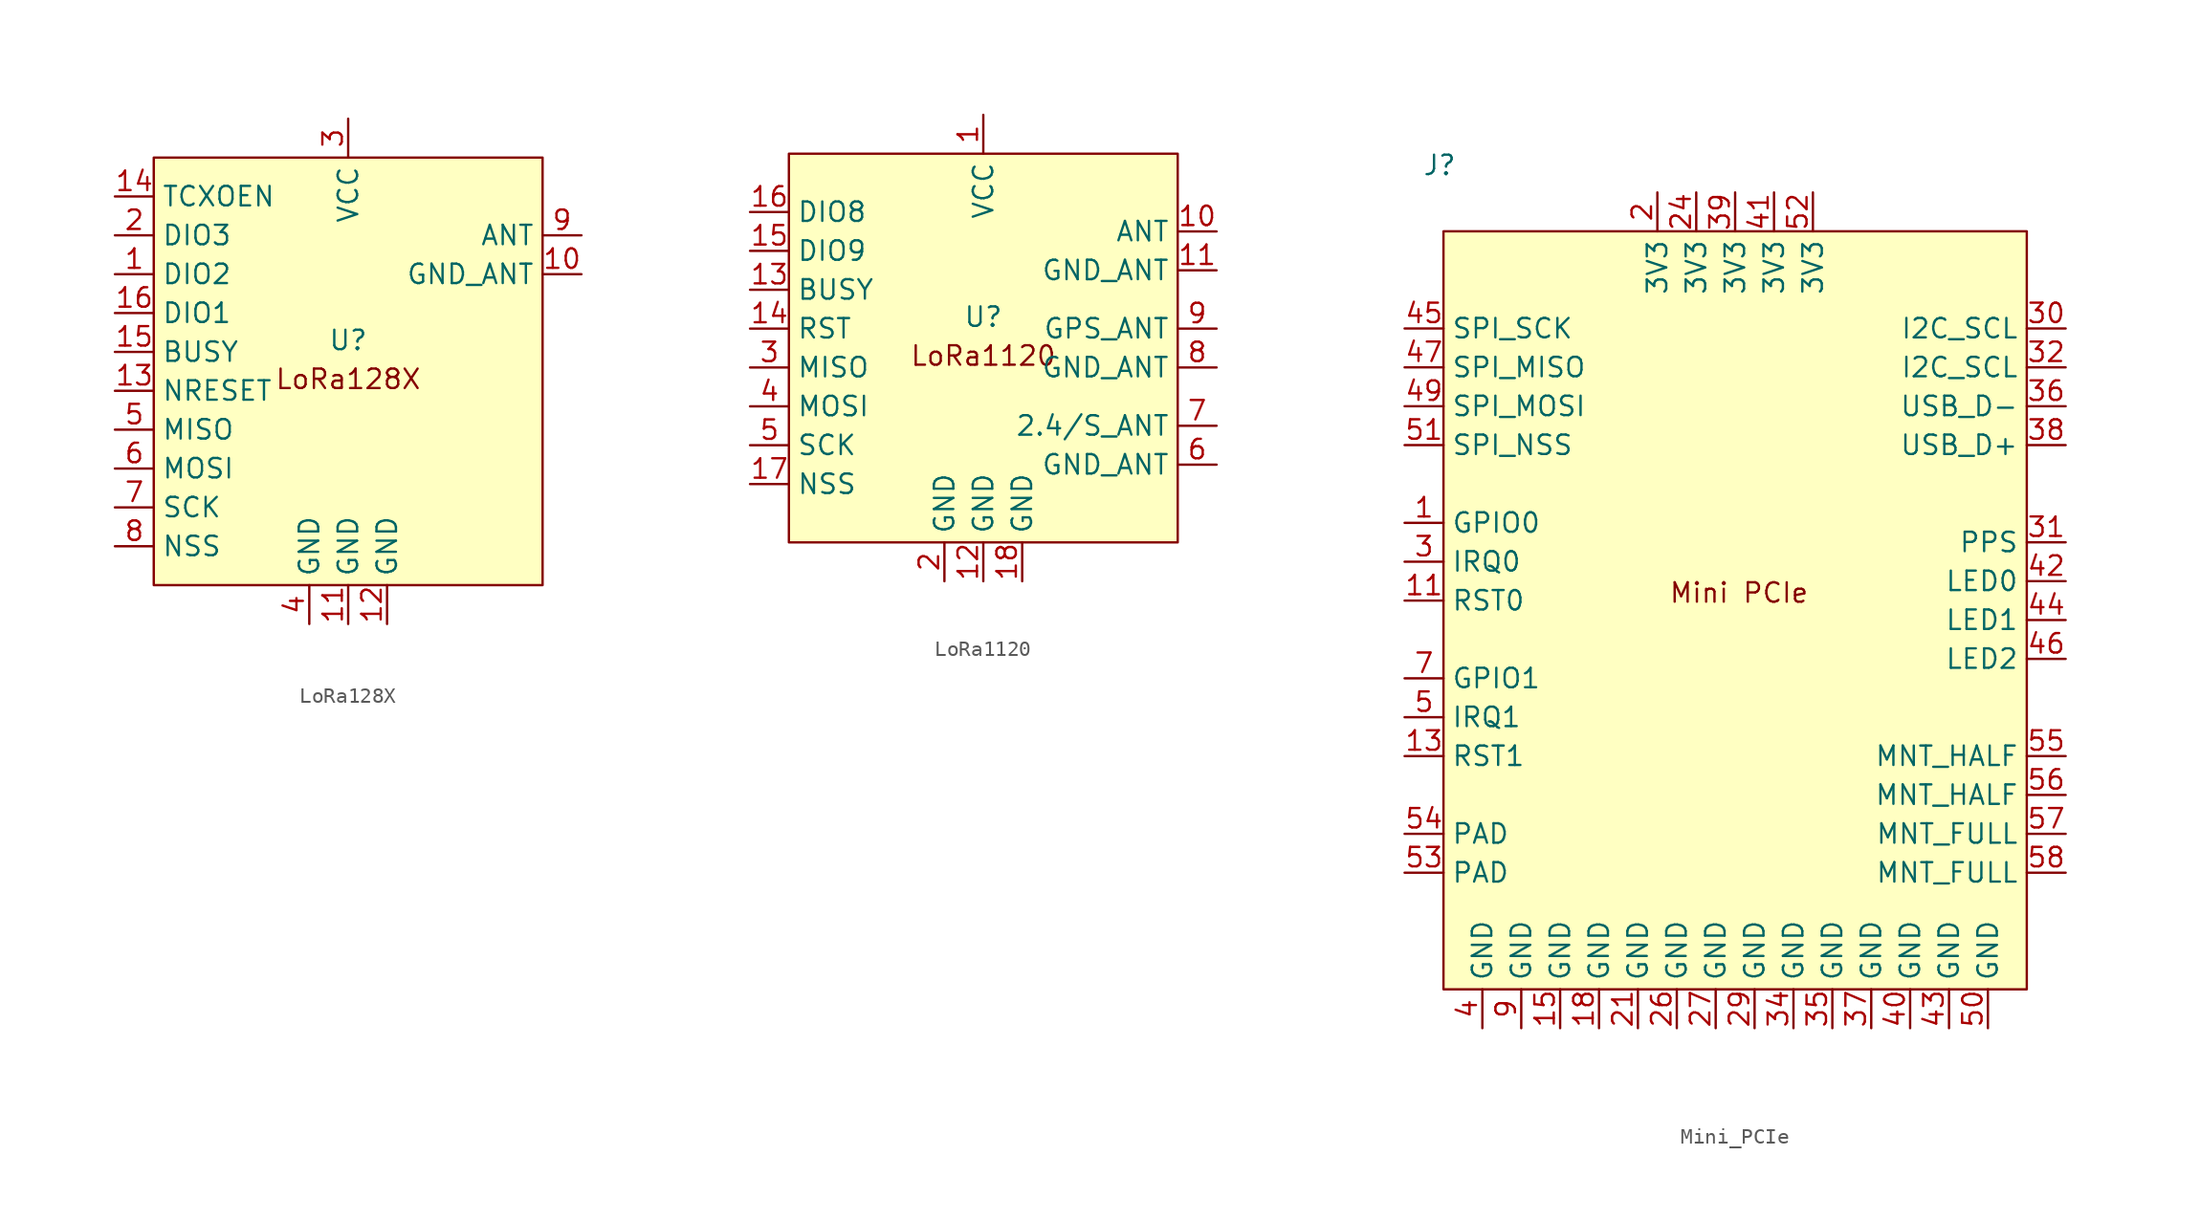
<source format=kicad_sym>
(kicad_symbol_lib
  (version 20241209)
  (generator "kicad_symbol_editor")
  (generator_version "9.0")
  (symbol "LoRa128X"
    (property "Reference" "U"
      (at 0 2.032 0)
      (effects (font (size 1.27 1.27))))
    (property "Value" ""
      (at 0 0 0)
      (effects (font (size 1.27 1.27))))
    (symbol "LoRa128X_1_1"
      (rectangle (start -12.7 13.97) (end 12.7 -13.97) (stroke (width 0) (type solid)) (fill (type background)))
      (text "LoRa128X" (at 0 -0.508 0) (effects (font (size 1.27 1.27))))
      (pin input line (at -15.24 11.43 0) (length 2.54) (name "TCXOEN" (effects (font (size 1.27 1.27)))) (number "14" (effects (font (size 1.27 1.27)))))
      (pin bidirectional line (at -15.24 8.89 0) (length 2.54) (name "DIO3" (effects (font (size 1.27 1.27)))) (number "2" (effects (font (size 1.27 1.27)))))
      (pin bidirectional line (at -15.24 6.35 0) (length 2.54) (name "DIO2" (effects (font (size 1.27 1.27)))) (number "1" (effects (font (size 1.27 1.27)))))
      (pin bidirectional line (at -15.24 3.81 0) (length 2.54) (name "DIO1" (effects (font (size 1.27 1.27)))) (number "16" (effects (font (size 1.27 1.27)))))
      (pin tri_state line (at -15.24 1.27 0) (length 2.54) (name "BUSY" (effects (font (size 1.27 1.27)))) (number "15" (effects (font (size 1.27 1.27)))))
      (pin input line (at -15.24 -1.27 0) (length 2.54) (name "NRESET" (effects (font (size 1.27 1.27)))) (number "13" (effects (font (size 1.27 1.27)))))
      (pin tri_state line (at -15.24 -3.81 0) (length 2.54) (name "MISO" (effects (font (size 1.27 1.27)))) (number "5" (effects (font (size 1.27 1.27)))))
      (pin input line (at -15.24 -6.35 0) (length 2.54) (name "MOSI" (effects (font (size 1.27 1.27)))) (number "6" (effects (font (size 1.27 1.27)))))
      (pin input line (at -15.24 -8.89 0) (length 2.54) (name "SCK" (effects (font (size 1.27 1.27)))) (number "7" (effects (font (size 1.27 1.27)))))
      (pin input line (at -15.24 -11.43 0) (length 2.54) (name "NSS" (effects (font (size 1.27 1.27)))) (number "8" (effects (font (size 1.27 1.27)))))
      (pin power_in line (at -2.54 -16.51 90) (length 2.54) (name "GND" (effects (font (size 1.27 1.27)))) (number "4" (effects (font (size 1.27 1.27)))))
      (pin power_in line (at 0 16.51 270) (length 2.54) (name "VCC" (effects (font (size 1.27 1.27)))) (number "3" (effects (font (size 1.27 1.27)))))
      (pin power_in line (at 0 -16.51 90) (length 2.54) (name "GND" (effects (font (size 1.27 1.27)))) (number "11" (effects (font (size 1.27 1.27)))))
      (pin power_in line (at 2.54 -16.51 90) (length 2.54) (name "GND" (effects (font (size 1.27 1.27)))) (number "12" (effects (font (size 1.27 1.27)))))
      (pin bidirectional line (at 15.24 8.89 180) (length 2.54) (name "ANT" (effects (font (size 1.27 1.27)))) (number "9" (effects (font (size 1.27 1.27)))))
      (pin bidirectional line (at 15.24 6.35 180) (length 2.54) (name "GND_ANT" (effects (font (size 1.27 1.27)))) (number "10" (effects (font (size 1.27 1.27)))))))
  (symbol "LoRa1120"
    (property "Reference" "U"
      (at 0 2.032 0)
      (effects (font (size 1.27 1.27))))
    (property "Value" ""
      (at 0 0 0)
      (effects (font (size 1.27 1.27))))
    (symbol "LoRa1120_1_1"
      (rectangle (start -12.7 12.7) (end 12.7 -12.7) (stroke (width 0) (type solid)) (fill (type background)))
      (text "LoRa1120" (at 0 -0.508 0) (effects (font (size 1.27 1.27))))
      (pin bidirectional line (at -15.24 8.89 0) (length 2.54) (name "DIO8" (effects (font (size 1.27 1.27)))) (number "16" (effects (font (size 1.27 1.27)))))
      (pin bidirectional line (at -15.24 6.35 0) (length 2.54) (name "DIO9" (effects (font (size 1.27 1.27)))) (number "15" (effects (font (size 1.27 1.27)))))
      (pin tri_state line (at -15.24 3.81 0) (length 2.54) (name "BUSY" (effects (font (size 1.27 1.27)))) (number "13" (effects (font (size 1.27 1.27)))))
      (pin input line (at -15.24 1.27 0) (length 2.54) (name "RST" (effects (font (size 1.27 1.27)))) (number "14" (effects (font (size 1.27 1.27)))))
      (pin tri_state line (at -15.24 -1.27 0) (length 2.54) (name "MISO" (effects (font (size 1.27 1.27)))) (number "3" (effects (font (size 1.27 1.27)))))
      (pin input line (at -15.24 -3.81 0) (length 2.54) (name "MOSI" (effects (font (size 1.27 1.27)))) (number "4" (effects (font (size 1.27 1.27)))))
      (pin input line (at -15.24 -6.35 0) (length 2.54) (name "SCK" (effects (font (size 1.27 1.27)))) (number "5" (effects (font (size 1.27 1.27)))))
      (pin input line (at -15.24 -8.89 0) (length 2.54) (name "NSS" (effects (font (size 1.27 1.27)))) (number "17" (effects (font (size 1.27 1.27)))))
      (pin power_in line (at -2.54 -15.24 90) (length 2.54) (name "GND" (effects (font (size 1.27 1.27)))) (number "2" (effects (font (size 1.27 1.27)))))
      (pin power_in line (at 0 15.24 270) (length 2.54) (name "VCC" (effects (font (size 1.27 1.27)))) (number "1" (effects (font (size 1.27 1.27)))))
      (pin power_in line (at 0 -15.24 90) (length 2.54) (name "GND" (effects (font (size 1.27 1.27)))) (number "12" (effects (font (size 1.27 1.27)))))
      (pin power_in line (at 2.54 -15.24 90) (length 2.54) (name "GND" (effects (font (size 1.27 1.27)))) (number "18" (effects (font (size 1.27 1.27)))))
      (pin bidirectional line (at 15.24 7.62 180) (length 2.54) (name "ANT" (effects (font (size 1.27 1.27)))) (number "10" (effects (font (size 1.27 1.27)))))
      (pin bidirectional line (at 15.24 5.08 180) (length 2.54) (name "GND_ANT" (effects (font (size 1.27 1.27)))) (number "11" (effects (font (size 1.27 1.27)))))
      (pin bidirectional line (at 15.24 1.27 180) (length 2.54) (name "GPS_ANT" (effects (font (size 1.27 1.27)))) (number "9" (effects (font (size 1.27 1.27)))))
      (pin bidirectional line (at 15.24 -1.27 180) (length 2.54) (name "GND_ANT" (effects (font (size 1.27 1.27)))) (number "8" (effects (font (size 1.27 1.27)))))
      (pin bidirectional line (at 15.24 -5.08 180) (length 2.54) (name "2.4/S_ANT" (effects (font (size 1.27 1.27)))) (number "7" (effects (font (size 1.27 1.27)))))
      (pin bidirectional line (at 15.24 -7.62 180) (length 2.54) (name "GND_ANT" (effects (font (size 1.27 1.27)))) (number "6" (effects (font (size 1.27 1.27)))))))
  (symbol "Mini_PCIe"
    (property "Reference" "J"
      (at -19.304 28.448 0)
      (effects (font (size 1.27 1.27))))
    (property "Value" ""
      (at 5.08 -12.7 0)
      (effects (font (size 1.27 1.27))))
    (symbol "Mini_PCIe_1_1"
      (rectangle (start -19.05 24.13) (end 19.05 -25.4) (stroke (width 0) (type solid)) (fill (type background)))
      (text "Mini PCIe" (at 0.254 0.508 0) (effects (font (size 1.27 1.27))))
      (pin bidirectional line (at -21.59 17.78 0) (length 2.54) (name "SPI_SCK" (effects (font (size 1.27 1.27)))) (number "45" (effects (font (size 1.27 1.27)))))
      (pin bidirectional line (at -21.59 15.24 0) (length 2.54) (name "SPI_MISO" (effects (font (size 1.27 1.27)))) (number "47" (effects (font (size 1.27 1.27)))))
      (pin bidirectional line (at -21.59 12.7 0) (length 2.54) (name "SPI_MOSI" (effects (font (size 1.27 1.27)))) (number "49" (effects (font (size 1.27 1.27)))))
      (pin bidirectional line (at -21.59 10.16 0) (length 2.54) (name "SPI_NSS" (effects (font (size 1.27 1.27)))) (number "51" (effects (font (size 1.27 1.27)))))
      (pin bidirectional line (at -21.59 5.08 0) (length 2.54) (name "GPIO0" (effects (font (size 1.27 1.27)))) (number "1" (effects (font (size 1.27 1.27)))))
      (pin bidirectional line (at -21.59 2.54 0) (length 2.54) (name "IRQ0" (effects (font (size 1.27 1.27)))) (number "3" (effects (font (size 1.27 1.27)))))
      (pin bidirectional line (at -21.59 0 0) (length 2.54) (name "RST0" (effects (font (size 1.27 1.27)))) (number "11" (effects (font (size 1.27 1.27)))))
      (pin bidirectional line (at -21.59 -5.08 0) (length 2.54) (name "GPIO1" (effects (font (size 1.27 1.27)))) (number "7" (effects (font (size 1.27 1.27)))))
      (pin bidirectional line (at -21.59 -7.62 0) (length 2.54) (name "IRQ1" (effects (font (size 1.27 1.27)))) (number "5" (effects (font (size 1.27 1.27)))))
      (pin bidirectional line (at -21.59 -10.16 0) (length 2.54) (name "RST1" (effects (font (size 1.27 1.27)))) (number "13" (effects (font (size 1.27 1.27)))))
      (pin free line (at -21.59 -15.24 0) (length 2.54) (name "PAD" (effects (font (size 1.27 1.27)))) (number "54" (effects (font (size 1.27 1.27)))))
      (pin free line (at -21.59 -17.78 0) (length 2.54) (name "PAD" (effects (font (size 1.27 1.27)))) (number "53" (effects (font (size 1.27 1.27)))))
      (pin power_in line (at -16.51 -27.94 90) (length 2.54) (name "GND" (effects (font (size 1.27 1.27)))) (number "4" (effects (font (size 1.27 1.27)))))
      (pin power_in line (at -13.97 -27.94 90) (length 2.54) (name "GND" (effects (font (size 1.27 1.27)))) (number "9" (effects (font (size 1.27 1.27)))))
      (pin power_in line (at -11.43 -27.94 90) (length 2.54) (name "GND" (effects (font (size 1.27 1.27)))) (number "15" (effects (font (size 1.27 1.27)))))
      (pin power_in line (at -8.89 -27.94 90) (length 2.54) (name "GND" (effects (font (size 1.27 1.27)))) (number "18" (effects (font (size 1.27 1.27)))))
      (pin power_in line (at -6.35 -27.94 90) (length 2.54) (name "GND" (effects (font (size 1.27 1.27)))) (number "21" (effects (font (size 1.27 1.27)))))
      (pin power_in line (at -5.08 26.67 270) (length 2.54) (name "3V3" (effects (font (size 1.27 1.27)))) (number "2" (effects (font (size 1.27 1.27)))))
      (pin power_in line (at -3.81 -27.94 90) (length 2.54) (name "GND" (effects (font (size 1.27 1.27)))) (number "26" (effects (font (size 1.27 1.27)))))
      (pin power_in line (at -2.54 26.67 270) (length 2.54) (name "3V3" (effects (font (size 1.27 1.27)))) (number "24" (effects (font (size 1.27 1.27)))))
      (pin power_in line (at -1.27 -27.94 90) (length 2.54) (name "GND" (effects (font (size 1.27 1.27)))) (number "27" (effects (font (size 1.27 1.27)))))
      (pin power_in line (at 0 26.67 270) (length 2.54) (name "3V3" (effects (font (size 1.27 1.27)))) (number "39" (effects (font (size 1.27 1.27)))))
      (pin power_in line (at 1.27 -27.94 90) (length 2.54) (name "GND" (effects (font (size 1.27 1.27)))) (number "29" (effects (font (size 1.27 1.27)))))
      (pin power_in line (at 2.54 26.67 270) (length 2.54) (name "3V3" (effects (font (size 1.27 1.27)))) (number "41" (effects (font (size 1.27 1.27)))))
      (pin power_in line (at 3.81 -27.94 90) (length 2.54) (name "GND" (effects (font (size 1.27 1.27)))) (number "34" (effects (font (size 1.27 1.27)))))
      (pin power_in line (at 5.08 26.67 270) (length 2.54) (name "3V3" (effects (font (size 1.27 1.27)))) (number "52" (effects (font (size 1.27 1.27)))))
      (pin power_in line (at 6.35 -27.94 90) (length 2.54) (name "GND" (effects (font (size 1.27 1.27)))) (number "35" (effects (font (size 1.27 1.27)))))
      (pin power_in line (at 8.89 -27.94 90) (length 2.54) (name "GND" (effects (font (size 1.27 1.27)))) (number "37" (effects (font (size 1.27 1.27)))))
      (pin power_in line (at 11.43 -27.94 90) (length 2.54) (name "GND" (effects (font (size 1.27 1.27)))) (number "40" (effects (font (size 1.27 1.27)))))
      (pin power_in line (at 13.97 -27.94 90) (length 2.54) (name "GND" (effects (font (size 1.27 1.27)))) (number "43" (effects (font (size 1.27 1.27)))))
      (pin power_in line (at 16.51 -27.94 90) (length 2.54) (name "GND" (effects (font (size 1.27 1.27)))) (number "50" (effects (font (size 1.27 1.27)))))
      (pin bidirectional line (at 21.59 17.78 180) (length 2.54) (name "I2C_SCL" (effects (font (size 1.27 1.27)))) (number "30" (effects (font (size 1.27 1.27)))))
      (pin bidirectional line (at 21.59 15.24 180) (length 2.54) (name "I2C_SCL" (effects (font (size 1.27 1.27)))) (number "32" (effects (font (size 1.27 1.27)))))
      (pin bidirectional line (at 21.59 12.7 180) (length 2.54) (name "USB_D-" (effects (font (size 1.27 1.27)))) (number "36" (effects (font (size 1.27 1.27)))))
      (pin bidirectional line (at 21.59 10.16 180) (length 2.54) (name "USB_D+" (effects (font (size 1.27 1.27)))) (number "38" (effects (font (size 1.27 1.27)))))
      (pin bidirectional line (at 21.59 3.81 180) (length 2.54) (name "PPS" (effects (font (size 1.27 1.27)))) (number "31" (effects (font (size 1.27 1.27)))))
      (pin bidirectional line (at 21.59 1.27 180) (length 2.54) (name "LED0" (effects (font (size 1.27 1.27)))) (number "42" (effects (font (size 1.27 1.27)))))
      (pin bidirectional line (at 21.59 -1.27 180) (length 2.54) (name "LED1" (effects (font (size 1.27 1.27)))) (number "44" (effects (font (size 1.27 1.27)))))
      (pin bidirectional line (at 21.59 -3.81 180) (length 2.54) (name "LED2" (effects (font (size 1.27 1.27)))) (number "46" (effects (font (size 1.27 1.27)))))
      (pin free line (at 21.59 -10.16 180) (length 2.54) (name "MNT_HALF" (effects (font (size 1.27 1.27)))) (number "55" (effects (font (size 1.27 1.27)))))
      (pin free line (at 21.59 -12.7 180) (length 2.54) (name "MNT_HALF" (effects (font (size 1.27 1.27)))) (number "56" (effects (font (size 1.27 1.27)))))
      (pin free line (at 21.59 -15.24 180) (length 2.54) (name "MNT_FULL" (effects (font (size 1.27 1.27)))) (number "57" (effects (font (size 1.27 1.27)))))
      (pin free line (at 21.59 -17.78 180) (length 2.54) (name "MNT_FULL" (effects (font (size 1.27 1.27)))) (number "58" (effects (font (size 1.27 1.27))))))))
</source>
